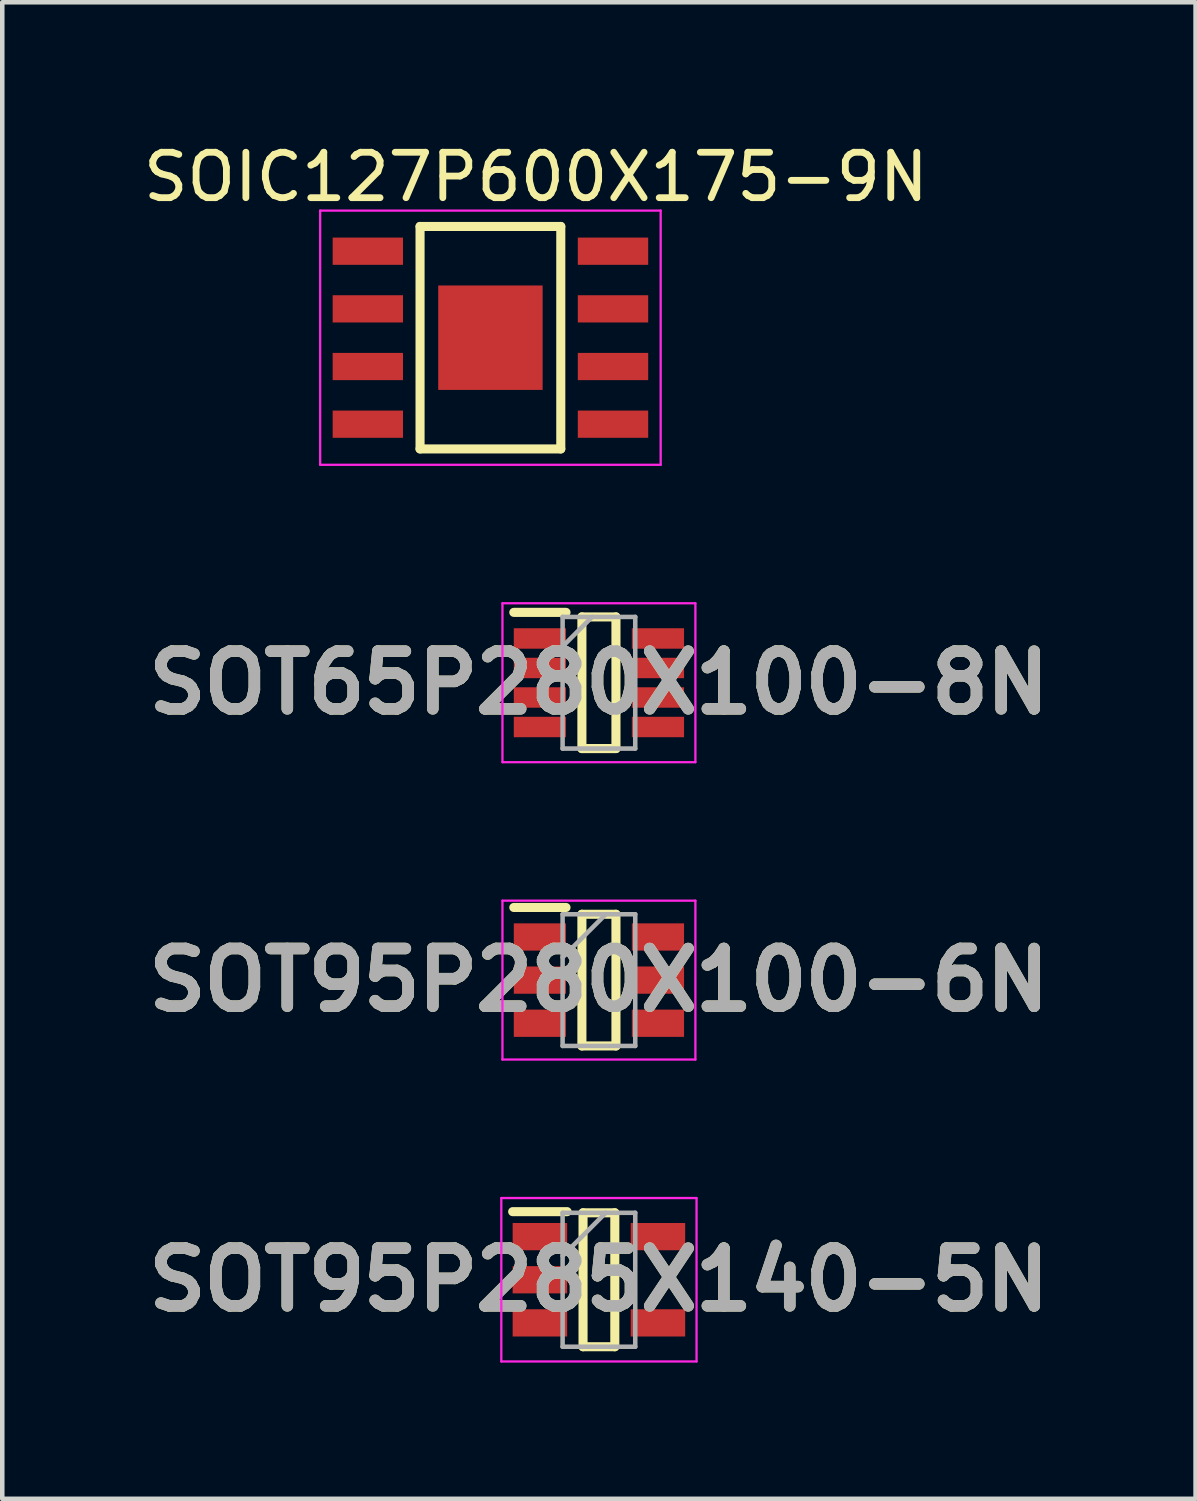
<source format=kicad_pcb>
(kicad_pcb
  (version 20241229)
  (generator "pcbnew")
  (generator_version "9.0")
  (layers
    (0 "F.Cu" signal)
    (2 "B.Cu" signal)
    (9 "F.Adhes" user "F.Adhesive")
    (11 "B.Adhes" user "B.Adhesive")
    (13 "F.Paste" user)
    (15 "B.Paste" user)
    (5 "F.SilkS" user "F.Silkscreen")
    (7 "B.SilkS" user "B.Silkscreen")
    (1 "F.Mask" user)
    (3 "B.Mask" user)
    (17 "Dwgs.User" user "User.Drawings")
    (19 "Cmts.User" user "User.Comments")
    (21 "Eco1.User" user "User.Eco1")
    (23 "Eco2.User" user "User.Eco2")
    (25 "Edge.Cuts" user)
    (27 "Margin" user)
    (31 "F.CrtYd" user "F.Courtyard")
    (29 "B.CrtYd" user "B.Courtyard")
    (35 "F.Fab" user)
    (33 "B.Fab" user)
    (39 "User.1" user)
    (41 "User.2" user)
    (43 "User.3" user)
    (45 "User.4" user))
  (footprint "SOT95P285X140-5N"
    (layer "F.Cu")
    (at 10.142 25.138)
    (property "Reference" "SOT95P285X140-5N" (at 0 0 0) (layer "F.SilkS") (effects (font (size 1.27 1.27) (thickness 0.254))))
    (attr smd)
    (fp_line (start -1.9 -1.5) (end -0.7 -1.5) (stroke (width 0.2) (type solid)) (layer "F.SilkS"))
    (fp_line (start -0.35 -1.475) (end 0.35 -1.475) (stroke (width 0.2) (type solid)) (layer "F.SilkS"))
    (fp_line (start -0.35 1.475) (end -0.35 -1.475) (stroke (width 0.2) (type solid)) (layer "F.SilkS"))
    (fp_line (start 0.35 -1.475) (end 0.35 1.475) (stroke (width 0.2) (type solid)) (layer "F.SilkS"))
    (fp_line (start 0.35 1.475) (end -0.35 1.475) (stroke (width 0.2) (type solid)) (layer "F.SilkS"))
    (fp_line (start -2.15 -1.8) (end 2.15 -1.8) (stroke (width 0.05) (type solid)) (layer "F.CrtYd"))
    (fp_line (start -2.15 1.8) (end -2.15 -1.8) (stroke (width 0.05) (type solid)) (layer "F.CrtYd"))
    (fp_line (start 2.15 -1.8) (end 2.15 1.8) (stroke (width 0.05) (type solid)) (layer "F.CrtYd"))
    (fp_line (start 2.15 1.8) (end -2.15 1.8) (stroke (width 0.05) (type solid)) (layer "F.CrtYd"))
    (fp_line (start -0.8 -1.475) (end 0.8 -1.475) (stroke (width 0.1) (type solid)) (layer "F.Fab"))
    (fp_line (start -0.8 -0.525) (end 0.15 -1.475) (stroke (width 0.1) (type solid)) (layer "F.Fab"))
    (fp_line (start -0.8 1.475) (end -0.8 -1.475) (stroke (width 0.1) (type solid)) (layer "F.Fab"))
    (fp_line (start 0.8 -1.475) (end 0.8 1.475) (stroke (width 0.1) (type solid)) (layer "F.Fab"))
    (fp_line (start 0.8 1.475) (end -0.8 1.475) (stroke (width 0.1) (type solid)) (layer "F.Fab"))
    (fp_text user "${REFERENCE}" (at 0 0 0) (layer "F.Fab") (effects (font (size 1.27 1.27) (thickness 0.254))))
    (pad "1" smd rect (at -1.3 -0.95 90) (size 0.6 1.2) (layers "F.Cu" "F.Mask" "F.Paste"))
    (pad "2" smd rect (at -1.3 0 90) (size 0.6 1.2) (layers "F.Cu" "F.Mask" "F.Paste"))
    (pad "3" smd rect (at -1.3 0.95 90) (size 0.6 1.2) (layers "F.Cu" "F.Mask" "F.Paste"))
    (pad "4" smd rect (at 1.3 0.95 90) (size 0.6 1.2) (layers "F.Cu" "F.Mask" "F.Paste"))
    (pad "5" smd rect (at 1.3 -0.95 90) (size 0.6 1.2) (layers "F.Cu" "F.Mask" "F.Paste")))
  (footprint "SOT95P280X100-6N"
    (layer "F.Cu")
    (at 10.142 18.538)
    (property "Reference" "SOT95P280X100-6N" (at 0 0 0) (layer "F.SilkS") (effects (font (size 1.27 1.27) (thickness 0.254))))
    (attr smd)
    (fp_line (start -1.875 -1.6) (end -0.725 -1.6) (stroke (width 0.2) (type solid)) (layer "F.SilkS"))
    (fp_line (start -0.375 -1.45) (end 0.375 -1.45) (stroke (width 0.2) (type solid)) (layer "F.SilkS"))
    (fp_line (start -0.375 1.45) (end -0.375 -1.45) (stroke (width 0.2) (type solid)) (layer "F.SilkS"))
    (fp_line (start 0.375 -1.45) (end 0.375 1.45) (stroke (width 0.2) (type solid)) (layer "F.SilkS"))
    (fp_line (start 0.375 1.45) (end -0.375 1.45) (stroke (width 0.2) (type solid)) (layer "F.SilkS"))
    (fp_line (start -2.125 -1.75) (end 2.125 -1.75) (stroke (width 0.05) (type solid)) (layer "F.CrtYd"))
    (fp_line (start -2.125 1.75) (end -2.125 -1.75) (stroke (width 0.05) (type solid)) (layer "F.CrtYd"))
    (fp_line (start 2.125 -1.75) (end 2.125 1.75) (stroke (width 0.05) (type solid)) (layer "F.CrtYd"))
    (fp_line (start 2.125 1.75) (end -2.125 1.75) (stroke (width 0.05) (type solid)) (layer "F.CrtYd"))
    (fp_line (start -0.8 -1.45) (end 0.8 -1.45) (stroke (width 0.1) (type solid)) (layer "F.Fab"))
    (fp_line (start -0.8 -0.5) (end 0.15 -1.45) (stroke (width 0.1) (type solid)) (layer "F.Fab"))
    (fp_line (start -0.8 1.45) (end -0.8 -1.45) (stroke (width 0.1) (type solid)) (layer "F.Fab"))
    (fp_line (start 0.8 -1.45) (end 0.8 1.45) (stroke (width 0.1) (type solid)) (layer "F.Fab"))
    (fp_line (start 0.8 1.45) (end -0.8 1.45) (stroke (width 0.1) (type solid)) (layer "F.Fab"))
    (fp_text user "${REFERENCE}" (at 0 0 0) (layer "F.Fab") (effects (font (size 1.27 1.27) (thickness 0.254))))
    (pad "1" smd rect (at -1.3 -0.95 90) (size 0.6 1.15) (layers "F.Cu" "F.Mask" "F.Paste"))
    (pad "2" smd rect (at -1.3 0 90) (size 0.6 1.15) (layers "F.Cu" "F.Mask" "F.Paste"))
    (pad "3" smd rect (at -1.3 0.95 90) (size 0.6 1.15) (layers "F.Cu" "F.Mask" "F.Paste"))
    (pad "4" smd rect (at 1.3 0.95 90) (size 0.6 1.15) (layers "F.Cu" "F.Mask" "F.Paste"))
    (pad "5" smd rect (at 1.3 0 90) (size 0.6 1.15) (layers "F.Cu" "F.Mask" "F.Paste"))
    (pad "6" smd rect (at 1.3 -0.95 90) (size 0.6 1.15) (layers "F.Cu" "F.Mask" "F.Paste")))
  (footprint "SOT65P280X100-8N"
    (layer "F.Cu")
    (at 10.142 11.988)
    (property "Reference" "SOT65P280X100-8N" (at 0 0 0) (layer "F.SilkS") (effects (font (size 1.27 1.27) (thickness 0.254))))
    (attr smd)
    (fp_line (start -1.875 -1.55) (end -0.725 -1.55) (stroke (width 0.2) (type solid)) (layer "F.SilkS"))
    (fp_line (start -0.375 -1.45) (end 0.375 -1.45) (stroke (width 0.2) (type solid)) (layer "F.SilkS"))
    (fp_line (start -0.375 1.45) (end -0.375 -1.45) (stroke (width 0.2) (type solid)) (layer "F.SilkS"))
    (fp_line (start 0.375 -1.45) (end 0.375 1.45) (stroke (width 0.2) (type solid)) (layer "F.SilkS"))
    (fp_line (start 0.375 1.45) (end -0.375 1.45) (stroke (width 0.2) (type solid)) (layer "F.SilkS"))
    (fp_line (start -2.125 -1.75) (end 2.125 -1.75) (stroke (width 0.05) (type solid)) (layer "F.CrtYd"))
    (fp_line (start -2.125 1.75) (end -2.125 -1.75) (stroke (width 0.05) (type solid)) (layer "F.CrtYd"))
    (fp_line (start 2.125 -1.75) (end 2.125 1.75) (stroke (width 0.05) (type solid)) (layer "F.CrtYd"))
    (fp_line (start 2.125 1.75) (end -2.125 1.75) (stroke (width 0.05) (type solid)) (layer "F.CrtYd"))
    (fp_line (start -0.8 -1.45) (end 0.8 -1.45) (stroke (width 0.1) (type solid)) (layer "F.Fab"))
    (fp_line (start -0.8 -0.8) (end -0.15 -1.45) (stroke (width 0.1) (type solid)) (layer "F.Fab"))
    (fp_line (start -0.8 1.45) (end -0.8 -1.45) (stroke (width 0.1) (type solid)) (layer "F.Fab"))
    (fp_line (start 0.8 -1.45) (end 0.8 1.45) (stroke (width 0.1) (type solid)) (layer "F.Fab"))
    (fp_line (start 0.8 1.45) (end -0.8 1.45) (stroke (width 0.1) (type solid)) (layer "F.Fab"))
    (fp_text user "${REFERENCE}" (at 0 0 0) (layer "F.Fab") (effects (font (size 1.27 1.27) (thickness 0.254))))
    (pad "1" smd rect (at -1.3 -0.975 90) (size 0.45 1.15) (layers "F.Cu" "F.Mask" "F.Paste"))
    (pad "2" smd rect (at -1.3 -0.325 90) (size 0.45 1.15) (layers "F.Cu" "F.Mask" "F.Paste"))
    (pad "3" smd rect (at -1.3 0.325 90) (size 0.45 1.15) (layers "F.Cu" "F.Mask" "F.Paste"))
    (pad "4" smd rect (at -1.3 0.975 90) (size 0.45 1.15) (layers "F.Cu" "F.Mask" "F.Paste"))
    (pad "5" smd rect (at 1.3 0.975 90) (size 0.45 1.15) (layers "F.Cu" "F.Mask" "F.Paste"))
    (pad "6" smd rect (at 1.3 0.325 90) (size 0.45 1.15) (layers "F.Cu" "F.Mask" "F.Paste"))
    (pad "7" smd rect (at 1.3 -0.325 90) (size 0.45 1.15) (layers "F.Cu" "F.Mask" "F.Paste"))
    (pad "8" smd rect (at 1.3 -0.975 90) (size 0.45 1.15) (layers "F.Cu" "F.Mask" "F.Paste")))
  (footprint "SOIC127P600X175-9N"
    (layer "F.Cu")
    (at 7.752 4.388)
    (property "Reference" "SOIC127P600X175-9N" (at 1.001 -3.539 0) (layer "F.SilkS") (effects (font (size 1.001 1.001) (thickness 0.15))))
    (attr smd)
    (fp_line (start -1.55 -2.45) (end 1.55 -2.45) (stroke (width 0.2) (type solid)) (layer "F.SilkS"))
    (fp_line (start -1.55 2.45) (end -1.55 -2.45) (stroke (width 0.2) (type solid)) (layer "F.SilkS"))
    (fp_line (start 1.55 -2.45) (end 1.55 2.45) (stroke (width 0.2) (type solid)) (layer "F.SilkS"))
    (fp_line (start 1.55 2.45) (end -1.55 2.45) (stroke (width 0.2) (type solid)) (layer "F.SilkS"))
    (fp_poly (pts (xy -0.726 -0.725) (xy 0.725 -0.725) (xy 0.725 0.726) (xy -0.726 0.726)) (stroke (width 0.01) (type solid)) (fill yes) (layer "F.Paste"))
    (fp_line (start -3.75 -2.8) (end 3.75 -2.8) (stroke (width 0.05) (type solid)) (layer "F.CrtYd"))
    (fp_line (start -3.75 2.8) (end -3.75 -2.8) (stroke (width 0.05) (type solid)) (layer "F.CrtYd"))
    (fp_line (start 3.75 -2.8) (end 3.75 2.8) (stroke (width 0.05) (type solid)) (layer "F.CrtYd"))
    (fp_line (start 3.75 2.8) (end -3.75 2.8) (stroke (width 0.05) (type solid)) (layer "F.CrtYd"))
    (pad "1" smd rect (at -2.7 -1.905) (size 1.55 0.6) (layers "F.Cu" "F.Mask" "F.Paste"))
    (pad "2" smd rect (at -2.7 -0.635) (size 1.55 0.6) (layers "F.Cu" "F.Mask" "F.Paste"))
    (pad "3" smd rect (at -2.7 0.635) (size 1.55 0.6) (layers "F.Cu" "F.Mask" "F.Paste"))
    (pad "4" smd rect (at -2.7 1.905) (size 1.55 0.6) (layers "F.Cu" "F.Mask" "F.Paste"))
    (pad "5" smd rect (at 2.7 1.905) (size 1.55 0.6) (layers "F.Cu" "F.Mask" "F.Paste"))
    (pad "6" smd rect (at 2.7 0.635) (size 1.55 0.6) (layers "F.Cu" "F.Mask" "F.Paste"))
    (pad "7" smd rect (at 2.7 -0.635) (size 1.55 0.6) (layers "F.Cu" "F.Mask" "F.Paste"))
    (pad "8" smd rect (at 2.7 -1.905) (size 1.55 0.6) (layers "F.Cu" "F.Mask" "F.Paste"))
    (pad "9" smd rect (at 0 0) (size 2.3 2.3) (layers "F.Cu" "F.Mask")))
  (gr_rect
    (start -3 -3)
    (end 23.284 29.963)
    (stroke (width 0.1) (type default))
    (fill no)
    (layer "Edge.Cuts")))
</source>
